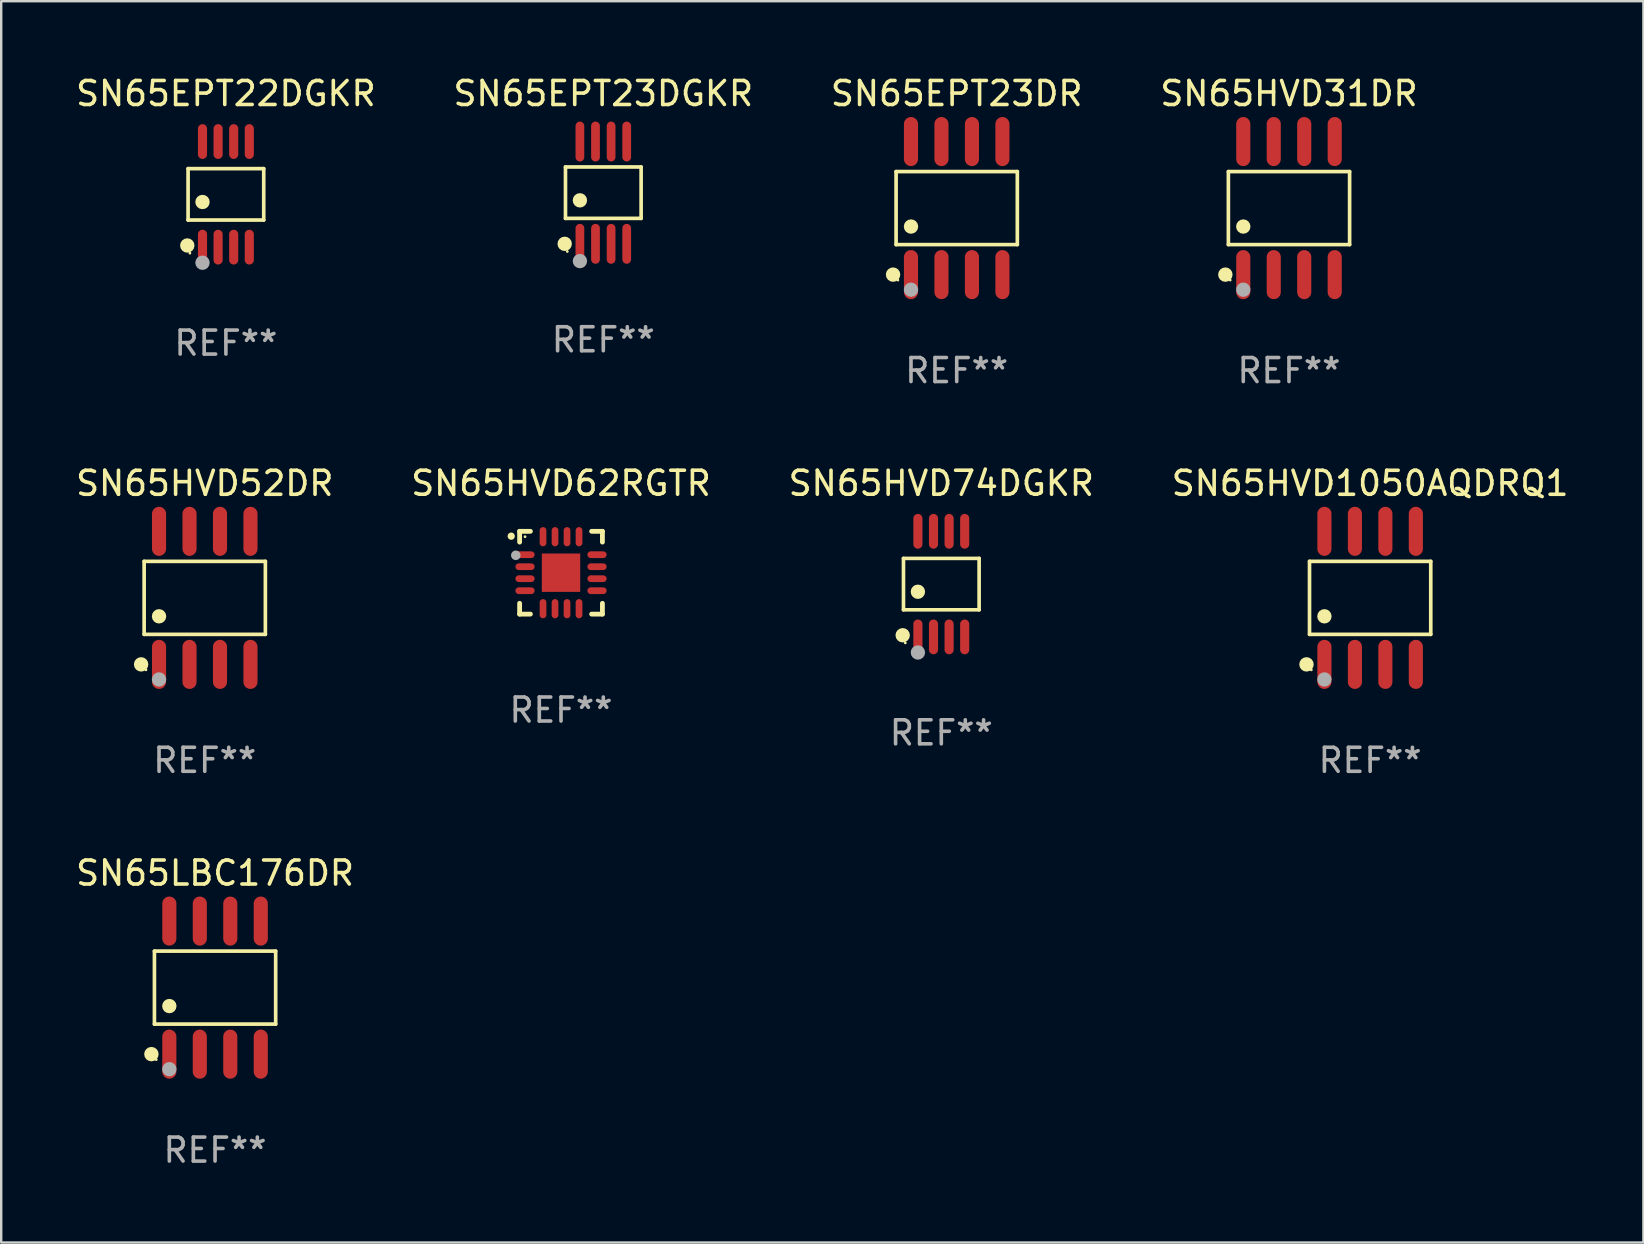
<source format=kicad_pcb>
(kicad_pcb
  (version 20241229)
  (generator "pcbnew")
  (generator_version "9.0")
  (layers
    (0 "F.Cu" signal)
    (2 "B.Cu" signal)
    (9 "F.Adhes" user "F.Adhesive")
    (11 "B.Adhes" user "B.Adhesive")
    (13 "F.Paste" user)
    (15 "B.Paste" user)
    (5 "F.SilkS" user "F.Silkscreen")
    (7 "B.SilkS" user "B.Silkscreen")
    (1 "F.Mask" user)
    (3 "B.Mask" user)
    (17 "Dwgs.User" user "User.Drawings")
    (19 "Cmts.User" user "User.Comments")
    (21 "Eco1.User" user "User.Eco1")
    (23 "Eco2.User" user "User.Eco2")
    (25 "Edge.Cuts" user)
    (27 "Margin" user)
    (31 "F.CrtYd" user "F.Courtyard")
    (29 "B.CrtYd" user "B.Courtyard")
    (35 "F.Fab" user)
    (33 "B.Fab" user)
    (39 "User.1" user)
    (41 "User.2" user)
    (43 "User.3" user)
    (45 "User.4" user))
  (footprint "SN65HVD1050AQDRQ1"
    (layer "F.Cu")
    (at 54.042 21.862)
    (property "Reference" "SN65HVD1050AQDRQ1" (at 0 -4.772 0) (layer "F.SilkS") (effects (font (size 1 1) (thickness 0.15))))
    (attr through_hole)
    (fp_line (start -2.526 -1.521) (end 2.526 -1.521) (stroke (width 0.152) (type solid)) (layer "F.SilkS"))
    (fp_line (start -2.526 1.521) (end -2.526 -1.521) (stroke (width 0.152) (type solid)) (layer "F.SilkS"))
    (fp_line (start 2.526 -1.521) (end 2.526 1.521) (stroke (width 0.152) (type solid)) (layer "F.SilkS"))
    (fp_line (start 2.526 1.521) (end -2.526 1.521) (stroke (width 0.152) (type solid)) (layer "F.SilkS"))
    (fp_circle (center -2.652 2.772) (end -2.501 2.772) (stroke (width 0.3) (type solid)) (fill no) (layer "F.SilkS"))
    (fp_circle (center -2.45 3) (end -2.42 3) (stroke (width 0.06) (type solid)) (fill no) (layer "F.SilkS"))
    (fp_circle (center -1.905 0.769) (end -1.755 0.769) (stroke (width 0.3) (type solid)) (fill no) (layer "F.SilkS"))
    (fp_circle (center -1.905 3.4) (end -1.755 3.4) (stroke (width 0.3) (type solid)) (fill no) (layer "F.Fab"))
    (fp_text user "REF**" (at 0 6.772 0) (layer "F.Fab") (effects (font (size 1 1) (thickness 0.15))))
    (pad "1" smd oval (at -1.905 2.772) (size 0.588 2.045) (layers "F.Cu" "F.Mask" "F.Paste"))
    (pad "2" smd oval (at -0.635 2.772) (size 0.588 2.045) (layers "F.Cu" "F.Mask" "F.Paste"))
    (pad "3" smd oval (at 0.635 2.772) (size 0.588 2.045) (layers "F.Cu" "F.Mask" "F.Paste"))
    (pad "4" smd oval (at 1.905 2.772) (size 0.588 2.045) (layers "F.Cu" "F.Mask" "F.Paste"))
    (pad "5" smd oval (at 1.905 -2.772) (size 0.588 2.045) (layers "F.Cu" "F.Mask" "F.Paste"))
    (pad "6" smd oval (at 0.635 -2.772) (size 0.588 2.045) (layers "F.Cu" "F.Mask" "F.Paste"))
    (pad "7" smd oval (at -0.635 -2.772) (size 0.588 2.045) (layers "F.Cu" "F.Mask" "F.Paste"))
    (pad "8" smd oval (at -1.905 -2.772) (size 0.588 2.045) (layers "F.Cu" "F.Mask" "F.Paste")))
  (footprint "SN65LBC176DR"
    (layer "F.Cu")
    (at 5.911 38.103)
    (property "Reference" "SN65LBC176DR" (at 0 -4.772 0) (layer "F.SilkS") (effects (font (size 1 1) (thickness 0.15))))
    (attr through_hole)
    (fp_line (start -2.526 -1.521) (end 2.526 -1.521) (stroke (width 0.152) (type solid)) (layer "F.SilkS"))
    (fp_line (start -2.526 1.521) (end -2.526 -1.521) (stroke (width 0.152) (type solid)) (layer "F.SilkS"))
    (fp_line (start 2.526 -1.521) (end 2.526 1.521) (stroke (width 0.152) (type solid)) (layer "F.SilkS"))
    (fp_line (start 2.526 1.521) (end -2.526 1.521) (stroke (width 0.152) (type solid)) (layer "F.SilkS"))
    (fp_circle (center -2.652 2.772) (end -2.501 2.772) (stroke (width 0.3) (type solid)) (fill no) (layer "F.SilkS"))
    (fp_circle (center -2.45 3) (end -2.42 3) (stroke (width 0.06) (type solid)) (fill no) (layer "F.SilkS"))
    (fp_circle (center -1.905 0.769) (end -1.755 0.769) (stroke (width 0.3) (type solid)) (fill no) (layer "F.SilkS"))
    (fp_circle (center -1.905 3.4) (end -1.755 3.4) (stroke (width 0.3) (type solid)) (fill no) (layer "F.Fab"))
    (fp_text user "REF**" (at 0 6.772 0) (layer "F.Fab") (effects (font (size 1 1) (thickness 0.15))))
    (pad "1" smd oval (at -1.905 2.772) (size 0.588 2.045) (layers "F.Cu" "F.Mask" "F.Paste"))
    (pad "2" smd oval (at -0.635 2.772) (size 0.588 2.045) (layers "F.Cu" "F.Mask" "F.Paste"))
    (pad "3" smd oval (at 0.635 2.772) (size 0.588 2.045) (layers "F.Cu" "F.Mask" "F.Paste"))
    (pad "4" smd oval (at 1.905 2.772) (size 0.588 2.045) (layers "F.Cu" "F.Mask" "F.Paste"))
    (pad "5" smd oval (at 1.905 -2.772) (size 0.588 2.045) (layers "F.Cu" "F.Mask" "F.Paste"))
    (pad "6" smd oval (at 0.635 -2.772) (size 0.588 2.045) (layers "F.Cu" "F.Mask" "F.Paste"))
    (pad "7" smd oval (at -0.635 -2.772) (size 0.588 2.045) (layers "F.Cu" "F.Mask" "F.Paste"))
    (pad "8" smd oval (at -1.905 -2.772) (size 0.588 2.045) (layers "F.Cu" "F.Mask" "F.Paste")))
  (footprint "SN65EPT23DGKR"
    (layer "F.Cu")
    (at 22.089 4.979)
    (property "Reference" "SN65EPT23DGKR" (at 0 -4.131 0) (layer "F.SilkS") (effects (font (size 1 1) (thickness 0.15))))
    (attr through_hole)
    (fp_line (start -1.576 -1.071) (end 1.576 -1.071) (stroke (width 0.152) (type solid)) (layer "F.SilkS"))
    (fp_line (start -1.576 1.071) (end -1.576 -1.071) (stroke (width 0.152) (type solid)) (layer "F.SilkS"))
    (fp_line (start 1.576 -1.071) (end 1.576 1.071) (stroke (width 0.152) (type solid)) (layer "F.SilkS"))
    (fp_line (start 1.576 1.071) (end -1.576 1.071) (stroke (width 0.152) (type solid)) (layer "F.SilkS"))
    (fp_circle (center -1.609 2.131) (end -1.459 2.131) (stroke (width 0.3) (type solid)) (fill no) (layer "F.SilkS"))
    (fp_circle (center -1.5 2.45) (end -1.47 2.45) (stroke (width 0.06) (type solid)) (fill no) (layer "F.SilkS"))
    (fp_circle (center -0.975 0.319) (end -0.825 0.319) (stroke (width 0.3) (type solid)) (fill no) (layer "F.SilkS"))
    (fp_circle (center -0.975 2.85) (end -0.825 2.85) (stroke (width 0.3) (type solid)) (fill no) (layer "F.Fab"))
    (fp_text user "REF**" (at 0 6.131 0) (layer "F.Fab") (effects (font (size 1 1) (thickness 0.15))))
    (pad "1" smd oval (at -0.975 2.131) (size 0.364 1.662) (layers "F.Cu" "F.Mask" "F.Paste"))
    (pad "2" smd oval (at -0.325 2.131) (size 0.364 1.662) (layers "F.Cu" "F.Mask" "F.Paste"))
    (pad "3" smd oval (at 0.325 2.131) (size 0.364 1.662) (layers "F.Cu" "F.Mask" "F.Paste"))
    (pad "4" smd oval (at 0.975 2.131) (size 0.364 1.662) (layers "F.Cu" "F.Mask" "F.Paste"))
    (pad "5" smd oval (at 0.975 -2.131) (size 0.364 1.662) (layers "F.Cu" "F.Mask" "F.Paste"))
    (pad "6" smd oval (at 0.325 -2.131) (size 0.364 1.662) (layers "F.Cu" "F.Mask" "F.Paste"))
    (pad "7" smd oval (at -0.325 -2.131) (size 0.364 1.662) (layers "F.Cu" "F.Mask" "F.Paste"))
    (pad "8" smd oval (at -0.975 -2.131) (size 0.364 1.662) (layers "F.Cu" "F.Mask" "F.Paste")))
  (footprint "SN65EPT23DR"
    (layer "F.Cu")
    (at 36.815 5.621)
    (property "Reference" "SN65EPT23DR" (at 0 -4.772 0) (layer "F.SilkS") (effects (font (size 1 1) (thickness 0.15))))
    (attr through_hole)
    (fp_line (start -2.526 -1.521) (end 2.526 -1.521) (stroke (width 0.152) (type solid)) (layer "F.SilkS"))
    (fp_line (start -2.526 1.521) (end -2.526 -1.521) (stroke (width 0.152) (type solid)) (layer "F.SilkS"))
    (fp_line (start 2.526 -1.521) (end 2.526 1.521) (stroke (width 0.152) (type solid)) (layer "F.SilkS"))
    (fp_line (start 2.526 1.521) (end -2.526 1.521) (stroke (width 0.152) (type solid)) (layer "F.SilkS"))
    (fp_circle (center -2.652 2.772) (end -2.501 2.772) (stroke (width 0.3) (type solid)) (fill no) (layer "F.SilkS"))
    (fp_circle (center -2.45 3) (end -2.42 3) (stroke (width 0.06) (type solid)) (fill no) (layer "F.SilkS"))
    (fp_circle (center -1.905 0.769) (end -1.755 0.769) (stroke (width 0.3) (type solid)) (fill no) (layer "F.SilkS"))
    (fp_circle (center -1.905 3.4) (end -1.755 3.4) (stroke (width 0.3) (type solid)) (fill no) (layer "F.Fab"))
    (fp_text user "REF**" (at 0 6.772 0) (layer "F.Fab") (effects (font (size 1 1) (thickness 0.15))))
    (pad "1" smd oval (at -1.905 2.772) (size 0.588 2.045) (layers "F.Cu" "F.Mask" "F.Paste"))
    (pad "2" smd oval (at -0.635 2.772) (size 0.588 2.045) (layers "F.Cu" "F.Mask" "F.Paste"))
    (pad "3" smd oval (at 0.635 2.772) (size 0.588 2.045) (layers "F.Cu" "F.Mask" "F.Paste"))
    (pad "4" smd oval (at 1.905 2.772) (size 0.588 2.045) (layers "F.Cu" "F.Mask" "F.Paste"))
    (pad "5" smd oval (at 1.905 -2.772) (size 0.588 2.045) (layers "F.Cu" "F.Mask" "F.Paste"))
    (pad "6" smd oval (at 0.635 -2.772) (size 0.588 2.045) (layers "F.Cu" "F.Mask" "F.Paste"))
    (pad "7" smd oval (at -0.635 -2.772) (size 0.588 2.045) (layers "F.Cu" "F.Mask" "F.Paste"))
    (pad "8" smd oval (at -1.905 -2.772) (size 0.588 2.045) (layers "F.Cu" "F.Mask" "F.Paste")))
  (footprint "SN65HVD74DGKR"
    (layer "F.Cu")
    (at 36.173 21.289)
    (property "Reference" "SN65HVD74DGKR" (at 0 -4.2 0) (layer "F.SilkS") (effects (font (size 1 1) (thickness 0.15))))
    (attr through_hole)
    (fp_line (start -1.576 -1.071) (end 1.576 -1.071) (stroke (width 0.152) (type solid)) (layer "F.SilkS"))
    (fp_line (start -1.576 1.071) (end -1.576 -1.071) (stroke (width 0.152) (type solid)) (layer "F.SilkS"))
    (fp_line (start 1.576 -1.071) (end 1.576 1.071) (stroke (width 0.152) (type solid)) (layer "F.SilkS"))
    (fp_line (start 1.576 1.071) (end -1.576 1.071) (stroke (width 0.152) (type solid)) (layer "F.SilkS"))
    (fp_circle (center -1.609 2.131) (end -1.459 2.131) (stroke (width 0.3) (type solid)) (fill no) (layer "F.SilkS"))
    (fp_circle (center -1.5 2.45) (end -1.47 2.45) (stroke (width 0.06) (type solid)) (fill no) (layer "F.SilkS"))
    (fp_circle (center -0.975 0.319) (end -0.825 0.319) (stroke (width 0.3) (type solid)) (fill no) (layer "F.SilkS"))
    (fp_circle (center -0.975 2.85) (end -0.825 2.85) (stroke (width 0.3) (type solid)) (fill no) (layer "F.Fab"))
    (fp_text user "REF**" (at 0 6.2 0) (layer "F.Fab") (effects (font (size 1 1) (thickness 0.15))))
    (pad "1" smd oval (at -0.975 2.2) (size 0.38 1.45) (layers "F.Cu" "F.Mask" "F.Paste"))
    (pad "2" smd oval (at -0.325 2.2) (size 0.38 1.45) (layers "F.Cu" "F.Mask" "F.Paste"))
    (pad "3" smd oval (at 0.325 2.2) (size 0.38 1.45) (layers "F.Cu" "F.Mask" "F.Paste"))
    (pad "4" smd oval (at 0.975 2.2) (size 0.38 1.45) (layers "F.Cu" "F.Mask" "F.Paste"))
    (pad "5" smd oval (at 0.975 -2.2) (size 0.38 1.45) (layers "F.Cu" "F.Mask" "F.Paste"))
    (pad "6" smd oval (at 0.325 -2.2) (size 0.38 1.45) (layers "F.Cu" "F.Mask" "F.Paste"))
    (pad "7" smd oval (at -0.325 -2.2) (size 0.38 1.45) (layers "F.Cu" "F.Mask" "F.Paste"))
    (pad "8" smd oval (at -0.975 -2.2) (size 0.38 1.45) (layers "F.Cu" "F.Mask" "F.Paste")))
  (footprint "SN65EPT22DGKR"
    (layer "F.Cu")
    (at 6.363 5.048)
    (property "Reference" "SN65EPT22DGKR" (at 0 -4.2 0) (layer "F.SilkS") (effects (font (size 1 1) (thickness 0.15))))
    (attr through_hole)
    (fp_line (start -1.576 -1.071) (end 1.576 -1.071) (stroke (width 0.152) (type solid)) (layer "F.SilkS"))
    (fp_line (start -1.576 1.071) (end -1.576 -1.071) (stroke (width 0.152) (type solid)) (layer "F.SilkS"))
    (fp_line (start 1.576 -1.071) (end 1.576 1.071) (stroke (width 0.152) (type solid)) (layer "F.SilkS"))
    (fp_line (start 1.576 1.071) (end -1.576 1.071) (stroke (width 0.152) (type solid)) (layer "F.SilkS"))
    (fp_circle (center -1.609 2.131) (end -1.459 2.131) (stroke (width 0.3) (type solid)) (fill no) (layer "F.SilkS"))
    (fp_circle (center -1.5 2.45) (end -1.47 2.45) (stroke (width 0.06) (type solid)) (fill no) (layer "F.SilkS"))
    (fp_circle (center -0.975 0.319) (end -0.825 0.319) (stroke (width 0.3) (type solid)) (fill no) (layer "F.SilkS"))
    (fp_circle (center -0.975 2.85) (end -0.825 2.85) (stroke (width 0.3) (type solid)) (fill no) (layer "F.Fab"))
    (fp_text user "REF**" (at 0 6.2 0) (layer "F.Fab") (effects (font (size 1 1) (thickness 0.15))))
    (pad "1" smd oval (at -0.975 2.2) (size 0.38 1.45) (layers "F.Cu" "F.Mask" "F.Paste"))
    (pad "2" smd oval (at -0.325 2.2) (size 0.38 1.45) (layers "F.Cu" "F.Mask" "F.Paste"))
    (pad "3" smd oval (at 0.325 2.2) (size 0.38 1.45) (layers "F.Cu" "F.Mask" "F.Paste"))
    (pad "4" smd oval (at 0.975 2.2) (size 0.38 1.45) (layers "F.Cu" "F.Mask" "F.Paste"))
    (pad "5" smd oval (at 0.975 -2.2) (size 0.38 1.45) (layers "F.Cu" "F.Mask" "F.Paste"))
    (pad "6" smd oval (at 0.325 -2.2) (size 0.38 1.45) (layers "F.Cu" "F.Mask" "F.Paste"))
    (pad "7" smd oval (at -0.325 -2.2) (size 0.38 1.45) (layers "F.Cu" "F.Mask" "F.Paste"))
    (pad "8" smd oval (at -0.975 -2.2) (size 0.38 1.45) (layers "F.Cu" "F.Mask" "F.Paste")))
  (footprint "SN65HVD62RGTR"
    (layer "F.Cu")
    (at 20.327 20.814)
    (property "Reference" "SN65HVD62RGTR" (at 0 -3.725 0) (layer "F.SilkS") (effects (font (size 1 1) (thickness 0.15))))
    (attr through_hole)
    (fp_line (start -1.725 -1.725) (end -1.275 -1.725) (stroke (width 0.2) (type solid)) (layer "F.SilkS"))
    (fp_line (start -1.725 -1.275) (end -1.725 -1.725) (stroke (width 0.2) (type solid)) (layer "F.SilkS"))
    (fp_line (start -1.725 1.725) (end -1.725 1.275) (stroke (width 0.2) (type solid)) (layer "F.SilkS"))
    (fp_line (start -1.275 1.725) (end -1.725 1.725) (stroke (width 0.2) (type solid)) (layer "F.SilkS"))
    (fp_line (start 1.275 -1.725) (end 1.725 -1.725) (stroke (width 0.2) (type solid)) (layer "F.SilkS"))
    (fp_line (start 1.275 1.725) (end 1.725 1.725) (stroke (width 0.2) (type solid)) (layer "F.SilkS"))
    (fp_line (start 1.725 -1.725) (end 1.725 -1.275) (stroke (width 0.2) (type solid)) (layer "F.SilkS"))
    (fp_line (start 1.725 1.725) (end 1.725 1.275) (stroke (width 0.2) (type solid)) (layer "F.SilkS"))
    (fp_arc (start -2.075184 -1.521463) (mid -2.075189 -1.522733) (end -2.075184 -1.524003) (stroke (width 0.3) (type solid)) (layer "F.SilkS"))
    (fp_circle (center -1.499 -1.5) (end -1.469 -1.5) (stroke (width 0.06) (type solid)) (fill no) (layer "F.SilkS"))
    (fp_circle (center -1.885 -0.725) (end -1.785 -0.725) (stroke (width 0.2) (type solid)) (fill no) (layer "F.Fab"))
    (fp_text user "REF**" (at 0 5.725 0) (layer "F.Fab") (effects (font (size 1 1) (thickness 0.15))))
    (pad "1" smd oval (at -1.5 -0.75 90) (size 0.28 0.8) (layers "F.Cu" "F.Mask" "F.Paste"))
    (pad "2" smd oval (at -1.5 -0.25 90) (size 0.28 0.8) (layers "F.Cu" "F.Mask" "F.Paste"))
    (pad "3" smd oval (at -1.5 0.25 90) (size 0.28 0.8) (layers "F.Cu" "F.Mask" "F.Paste"))
    (pad "4" smd oval (at -1.5 0.75 90) (size 0.28 0.8) (layers "F.Cu" "F.Mask" "F.Paste"))
    (pad "5" smd oval (at -0.75 1.5) (size 0.28 0.8) (layers "F.Cu" "F.Mask" "F.Paste"))
    (pad "6" smd oval (at -0.25 1.5) (size 0.28 0.8) (layers "F.Cu" "F.Mask" "F.Paste"))
    (pad "7" smd oval (at 0.25 1.5) (size 0.28 0.8) (layers "F.Cu" "F.Mask" "F.Paste"))
    (pad "8" smd oval (at 0.75 1.5) (size 0.28 0.8) (layers "F.Cu" "F.Mask" "F.Paste"))
    (pad "9" smd oval (at 1.5 0.75 90) (size 0.28 0.8) (layers "F.Cu" "F.Mask" "F.Paste"))
    (pad "10" smd oval (at 1.5 0.25 90) (size 0.28 0.8) (layers "F.Cu" "F.Mask" "F.Paste"))
    (pad "11" smd oval (at 1.5 -0.25 90) (size 0.28 0.8) (layers "F.Cu" "F.Mask" "F.Paste"))
    (pad "12" smd oval (at 1.5 -0.75 90) (size 0.28 0.8) (layers "F.Cu" "F.Mask" "F.Paste"))
    (pad "13" smd oval (at 0.75 -1.5) (size 0.28 0.8) (layers "F.Cu" "F.Mask" "F.Paste"))
    (pad "14" smd oval (at 0.25 -1.5) (size 0.28 0.8) (layers "F.Cu" "F.Mask" "F.Paste"))
    (pad "15" smd oval (at -0.25 -1.5) (size 0.28 0.8) (layers "F.Cu" "F.Mask" "F.Paste"))
    (pad "16" smd oval (at -0.75 -1.5) (size 0.28 0.8) (layers "F.Cu" "F.Mask" "F.Paste"))
    (pad "17" smd rect (at 0 -0.000051) (size 1.6 1.6) (layers "F.Cu" "F.Mask" "F.Paste")))
  (footprint "SN65HVD31DR"
    (layer "F.Cu")
    (at 50.661 5.621)
    (property "Reference" "SN65HVD31DR" (at 0 -4.772 0) (layer "F.SilkS") (effects (font (size 1 1) (thickness 0.15))))
    (attr through_hole)
    (fp_line (start -2.526 -1.521) (end 2.526 -1.521) (stroke (width 0.152) (type solid)) (layer "F.SilkS"))
    (fp_line (start -2.526 1.521) (end -2.526 -1.521) (stroke (width 0.152) (type solid)) (layer "F.SilkS"))
    (fp_line (start 2.526 -1.521) (end 2.526 1.521) (stroke (width 0.152) (type solid)) (layer "F.SilkS"))
    (fp_line (start 2.526 1.521) (end -2.526 1.521) (stroke (width 0.152) (type solid)) (layer "F.SilkS"))
    (fp_circle (center -2.652 2.772) (end -2.501 2.772) (stroke (width 0.3) (type solid)) (fill no) (layer "F.SilkS"))
    (fp_circle (center -2.45 3) (end -2.42 3) (stroke (width 0.06) (type solid)) (fill no) (layer "F.SilkS"))
    (fp_circle (center -1.905 0.769) (end -1.755 0.769) (stroke (width 0.3) (type solid)) (fill no) (layer "F.SilkS"))
    (fp_circle (center -1.905 3.4) (end -1.755 3.4) (stroke (width 0.3) (type solid)) (fill no) (layer "F.Fab"))
    (fp_text user "REF**" (at 0 6.772 0) (layer "F.Fab") (effects (font (size 1 1) (thickness 0.15))))
    (pad "1" smd oval (at -1.905 2.772) (size 0.588 2.045) (layers "F.Cu" "F.Mask" "F.Paste"))
    (pad "2" smd oval (at -0.635 2.772) (size 0.588 2.045) (layers "F.Cu" "F.Mask" "F.Paste"))
    (pad "3" smd oval (at 0.635 2.772) (size 0.588 2.045) (layers "F.Cu" "F.Mask" "F.Paste"))
    (pad "4" smd oval (at 1.905 2.772) (size 0.588 2.045) (layers "F.Cu" "F.Mask" "F.Paste"))
    (pad "5" smd oval (at 1.905 -2.772) (size 0.588 2.045) (layers "F.Cu" "F.Mask" "F.Paste"))
    (pad "6" smd oval (at 0.635 -2.772) (size 0.588 2.045) (layers "F.Cu" "F.Mask" "F.Paste"))
    (pad "7" smd oval (at -0.635 -2.772) (size 0.588 2.045) (layers "F.Cu" "F.Mask" "F.Paste"))
    (pad "8" smd oval (at -1.905 -2.772) (size 0.588 2.045) (layers "F.Cu" "F.Mask" "F.Paste")))
  (footprint "SN65HVD52DR"
    (layer "F.Cu")
    (at 5.482 21.862)
    (property "Reference" "SN65HVD52DR" (at 0 -4.772 0) (layer "F.SilkS") (effects (font (size 1 1) (thickness 0.15))))
    (attr through_hole)
    (fp_line (start -2.526 -1.521) (end 2.526 -1.521) (stroke (width 0.152) (type solid)) (layer "F.SilkS"))
    (fp_line (start -2.526 1.521) (end -2.526 -1.521) (stroke (width 0.152) (type solid)) (layer "F.SilkS"))
    (fp_line (start 2.526 -1.521) (end 2.526 1.521) (stroke (width 0.152) (type solid)) (layer "F.SilkS"))
    (fp_line (start 2.526 1.521) (end -2.526 1.521) (stroke (width 0.152) (type solid)) (layer "F.SilkS"))
    (fp_circle (center -2.652 2.772) (end -2.501 2.772) (stroke (width 0.3) (type solid)) (fill no) (layer "F.SilkS"))
    (fp_circle (center -2.45 3) (end -2.42 3) (stroke (width 0.06) (type solid)) (fill no) (layer "F.SilkS"))
    (fp_circle (center -1.905 0.769) (end -1.755 0.769) (stroke (width 0.3) (type solid)) (fill no) (layer "F.SilkS"))
    (fp_circle (center -1.905 3.4) (end -1.755 3.4) (stroke (width 0.3) (type solid)) (fill no) (layer "F.Fab"))
    (fp_text user "REF**" (at 0 6.772 0) (layer "F.Fab") (effects (font (size 1 1) (thickness 0.15))))
    (pad "1" smd oval (at -1.905 2.772) (size 0.588 2.045) (layers "F.Cu" "F.Mask" "F.Paste"))
    (pad "2" smd oval (at -0.635 2.772) (size 0.588 2.045) (layers "F.Cu" "F.Mask" "F.Paste"))
    (pad "3" smd oval (at 0.635 2.772) (size 0.588 2.045) (layers "F.Cu" "F.Mask" "F.Paste"))
    (pad "4" smd oval (at 1.905 2.772) (size 0.588 2.045) (layers "F.Cu" "F.Mask" "F.Paste"))
    (pad "5" smd oval (at 1.905 -2.772) (size 0.588 2.045) (layers "F.Cu" "F.Mask" "F.Paste"))
    (pad "6" smd oval (at 0.635 -2.772) (size 0.588 2.045) (layers "F.Cu" "F.Mask" "F.Paste"))
    (pad "7" smd oval (at -0.635 -2.772) (size 0.588 2.045) (layers "F.Cu" "F.Mask" "F.Paste"))
    (pad "8" smd oval (at -1.905 -2.772) (size 0.588 2.045) (layers "F.Cu" "F.Mask" "F.Paste")))
  (gr_rect
    (start -3 -3)
    (end 65.429 48.724)
    (stroke (width 0.1) (type default))
    (fill no)
    (layer "Edge.Cuts")))
</source>
